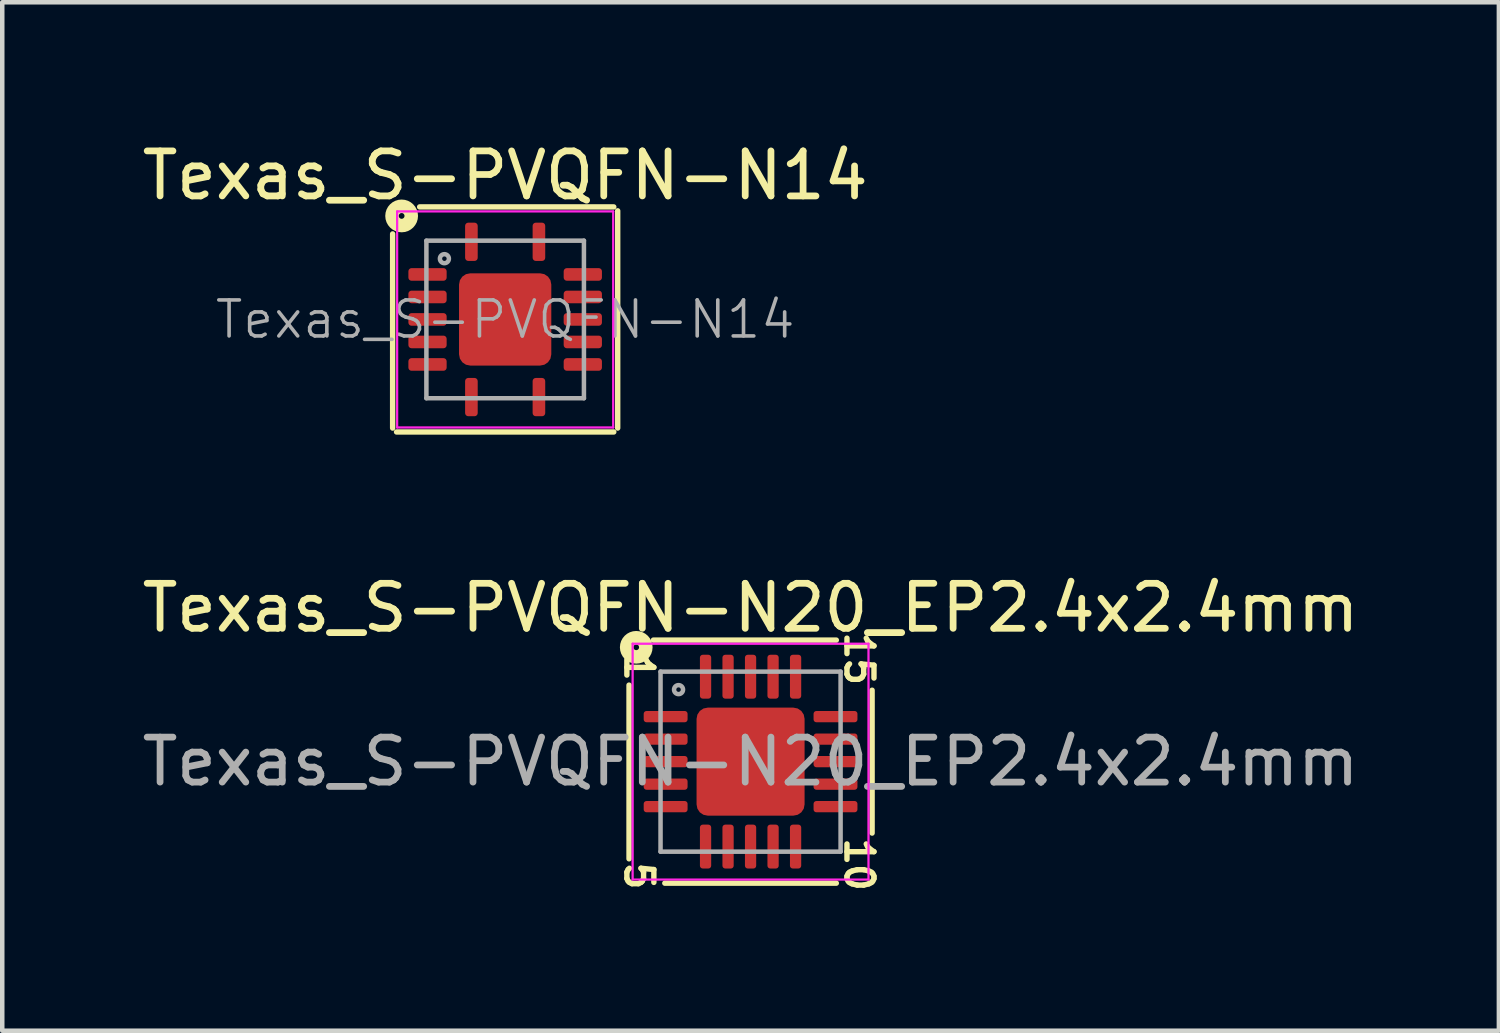
<source format=kicad_pcb>
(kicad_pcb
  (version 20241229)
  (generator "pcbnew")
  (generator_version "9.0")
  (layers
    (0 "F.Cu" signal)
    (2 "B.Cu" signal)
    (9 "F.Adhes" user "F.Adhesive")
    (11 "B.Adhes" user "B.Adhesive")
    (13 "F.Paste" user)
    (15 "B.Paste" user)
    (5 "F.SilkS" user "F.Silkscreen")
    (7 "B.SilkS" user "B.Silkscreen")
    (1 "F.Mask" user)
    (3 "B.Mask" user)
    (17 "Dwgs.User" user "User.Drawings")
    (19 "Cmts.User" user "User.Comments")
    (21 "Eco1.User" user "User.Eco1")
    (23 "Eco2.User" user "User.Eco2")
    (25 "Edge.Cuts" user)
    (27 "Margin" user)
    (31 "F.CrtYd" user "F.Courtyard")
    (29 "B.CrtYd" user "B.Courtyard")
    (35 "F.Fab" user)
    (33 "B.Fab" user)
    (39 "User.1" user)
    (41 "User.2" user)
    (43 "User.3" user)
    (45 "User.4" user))
  (footprint "Texas_S-PVQFN-N20_EP2.4x2.4mm"
    (layer "F.Cu")
    (at 13.625 13.871)
    (property "Reference" "Texas_S-PVQFN-N20_EP2.4x2.4mm" (at 0 -3.417 0) (layer "F.SilkS") (effects (font (size 1 1) (thickness 0.15))))
    (attr smd)
    (fp_line (start -2.7 -1.7) (end -2.7 2.159) (stroke (width 0.12) (type solid)) (layer "F.SilkS"))
    (fp_line (start -1.905 2.7) (end 1.905 2.7) (stroke (width 0.12) (type solid)) (layer "F.SilkS"))
    (fp_line (start 1.905 -2.7) (end -2.159 -2.7) (stroke (width 0.12) (type solid)) (layer "F.SilkS"))
    (fp_line (start 2.7 1.587) (end 2.7 -1.587) (stroke (width 0.12) (type solid)) (layer "F.SilkS"))
    (fp_circle (center -2.54 -2.54) (end -2.477 -2.54) (stroke (width 0.3) (type solid)) (fill no) (layer "F.SilkS"))
    (fp_line (start -2.62 -2.62) (end -2.62 2.62) (stroke (width 0.05) (type solid)) (layer "F.CrtYd"))
    (fp_line (start -2.62 2.62) (end 2.62 2.62) (stroke (width 0.05) (type solid)) (layer "F.CrtYd"))
    (fp_line (start 2.62 -2.62) (end -2.62 -2.62) (stroke (width 0.05) (type solid)) (layer "F.CrtYd"))
    (fp_line (start 2.62 2.62) (end 2.62 -2.62) (stroke (width 0.05) (type solid)) (layer "F.CrtYd"))
    (fp_line (start -2 -2) (end 2 -2) (stroke (width 0.1) (type solid)) (layer "F.Fab"))
    (fp_line (start -2 2) (end -2 -2) (stroke (width 0.1) (type solid)) (layer "F.Fab"))
    (fp_line (start 2 -2) (end 2 2) (stroke (width 0.1) (type solid)) (layer "F.Fab"))
    (fp_line (start 2 2) (end -2 2) (stroke (width 0.1) (type solid)) (layer "F.Fab"))
    (fp_circle (center -1.6 -1.6) (end -1.5 -1.6) (stroke (width 0.1) (type solid)) (fill no) (layer "F.Fab"))
    (fp_text user "5" (at -2.477 2.54 270) (unlocked yes) (layer "F.SilkS") (effects (font (size 0.6 0.6) (thickness 0.12))))
    (fp_text user "15" (at 2.413 -2.286 270) (unlocked yes) (layer "F.SilkS") (effects (font (size 0.6 0.6) (thickness 0.12))))
    (fp_text user "10" (at 2.413 2.286 270) (unlocked yes) (layer "F.SilkS") (effects (font (size 0.6 0.6) (thickness 0.12))))
    (fp_text user "1" (at -2.477 -2.095 270) (unlocked yes) (layer "F.SilkS") (effects (font (size 0.6 0.6) (thickness 0.12))))
    (fp_text user "${REFERENCE}" (at 0 0 0) (layer "F.Fab") (effects (font (size 1 1) (thickness 0.15))))
    (pad "" smd roundrect (at -0.6 -0.6) (size 0.97 0.97) (layers "F.Paste") (roundrect_rratio 0.25))
    (pad "" smd roundrect (at -0.6 0.6) (size 0.97 0.97) (layers "F.Paste") (roundrect_rratio 0.25))
    (pad "" smd roundrect (at 0.6 -0.6) (size 0.97 0.97) (layers "F.Paste") (roundrect_rratio 0.25))
    (pad "" smd roundrect (at 0.6 0.6) (size 0.97 0.97) (layers "F.Paste") (roundrect_rratio 0.25))
    (pad "1" smd roundrect (at -1.887 -1) (size 0.975 0.25) (layers "F.Cu" "F.Mask" "F.Paste") (roundrect_rratio 0.25))
    (pad "2" smd roundrect (at -1.887 -0.5) (size 0.975 0.25) (layers "F.Cu" "F.Mask" "F.Paste") (roundrect_rratio 0.25))
    (pad "3" smd roundrect (at -1.887 0) (size 0.975 0.25) (layers "F.Cu" "F.Mask" "F.Paste") (roundrect_rratio 0.25))
    (pad "4" smd roundrect (at -1.887 0.5) (size 0.975 0.25) (layers "F.Cu" "F.Mask" "F.Paste") (roundrect_rratio 0.25))
    (pad "5" smd roundrect (at -1.887 1) (size 0.975 0.25) (layers "F.Cu" "F.Mask" "F.Paste") (roundrect_rratio 0.25))
    (pad "6" smd roundrect (at -1 1.887) (size 0.25 0.975) (layers "F.Cu" "F.Mask" "F.Paste") (roundrect_rratio 0.25))
    (pad "7" smd roundrect (at -0.5 1.887) (size 0.25 0.975) (layers "F.Cu" "F.Mask" "F.Paste") (roundrect_rratio 0.25))
    (pad "8" smd roundrect (at 0 1.887) (size 0.25 0.975) (layers "F.Cu" "F.Mask" "F.Paste") (roundrect_rratio 0.25))
    (pad "9" smd roundrect (at 0.5 1.887) (size 0.25 0.975) (layers "F.Cu" "F.Mask" "F.Paste") (roundrect_rratio 0.25))
    (pad "10" smd roundrect (at 1 1.887) (size 0.25 0.975) (layers "F.Cu" "F.Mask" "F.Paste") (roundrect_rratio 0.25))
    (pad "11" smd roundrect (at 1.887 1) (size 0.975 0.25) (layers "F.Cu" "F.Mask" "F.Paste") (roundrect_rratio 0.25))
    (pad "12" smd roundrect (at 1.887 0.5) (size 0.975 0.25) (layers "F.Cu" "F.Mask" "F.Paste") (roundrect_rratio 0.25))
    (pad "13" smd roundrect (at 1.887 0) (size 0.975 0.25) (layers "F.Cu" "F.Mask" "F.Paste") (roundrect_rratio 0.25))
    (pad "14" smd roundrect (at 1.887 -0.5) (size 0.975 0.25) (layers "F.Cu" "F.Mask" "F.Paste") (roundrect_rratio 0.25))
    (pad "15" smd roundrect (at 1.887 -1) (size 0.975 0.25) (layers "F.Cu" "F.Mask" "F.Paste") (roundrect_rratio 0.25))
    (pad "16" smd roundrect (at 1 -1.887) (size 0.25 0.975) (layers "F.Cu" "F.Mask" "F.Paste") (roundrect_rratio 0.25))
    (pad "17" smd roundrect (at 0.5 -1.887) (size 0.25 0.975) (layers "F.Cu" "F.Mask" "F.Paste") (roundrect_rratio 0.25))
    (pad "18" smd roundrect (at 0 -1.887) (size 0.25 0.975) (layers "F.Cu" "F.Mask" "F.Paste") (roundrect_rratio 0.25))
    (pad "19" smd roundrect (at -0.5 -1.887) (size 0.25 0.975) (layers "F.Cu" "F.Mask" "F.Paste") (roundrect_rratio 0.25))
    (pad "20" smd roundrect (at -1 -1.887) (size 0.25 0.975) (layers "F.Cu" "F.Mask" "F.Paste") (roundrect_rratio 0.25))
    (pad "21" smd roundrect (at 0 0) (size 2.4 2.4) (layers "F.Cu" "F.Mask") (roundrect_rratio 0.104)))
  (footprint "Texas_S-PVQFN-N14"
    (layer "F.Cu")
    (at 8.173 4.047)
    (property "Reference" "Texas_S-PVQFN-N14" (at 0 -3.199 0) (layer "F.SilkS") (effects (font (size 1 1) (thickness 0.15))))
    (attr smd)
    (fp_line (start -2.5 -1.9) (end -2.5 2.413) (stroke (width 0.12) (type solid)) (layer "F.SilkS"))
    (fp_line (start -2.413 2.5) (end 2.413 2.5) (stroke (width 0.12) (type solid)) (layer "F.SilkS"))
    (fp_line (start 2.413 -2.5) (end -1.9 -2.5) (stroke (width 0.12) (type solid)) (layer "F.SilkS"))
    (fp_line (start 2.5 2.413) (end 2.5 -2.413) (stroke (width 0.12) (type solid)) (layer "F.SilkS"))
    (fp_circle (center -2.3 -2.3) (end -2.236 -2.3) (stroke (width 0.3) (type solid)) (fill no) (layer "F.SilkS"))
    (fp_line (start -2.4 -2.4) (end 2.4 -2.4) (stroke (width 0.05) (type solid)) (layer "F.CrtYd"))
    (fp_line (start -2.4 2.4) (end -2.4 -2.4) (stroke (width 0.05) (type solid)) (layer "F.CrtYd"))
    (fp_line (start 2.4 -2.4) (end 2.4 2.4) (stroke (width 0.05) (type solid)) (layer "F.CrtYd"))
    (fp_line (start 2.4 2.4) (end -2.4 2.4) (stroke (width 0.05) (type solid)) (layer "F.CrtYd"))
    (fp_line (start -1.75 -1.75) (end 1.75 -1.75) (stroke (width 0.1) (type solid)) (layer "F.Fab"))
    (fp_line (start -1.75 1.75) (end -1.75 -1.75) (stroke (width 0.1) (type solid)) (layer "F.Fab"))
    (fp_line (start 1.75 -1.75) (end 1.75 1.75) (stroke (width 0.1) (type solid)) (layer "F.Fab"))
    (fp_line (start 1.75 1.75) (end -1.75 1.75) (stroke (width 0.1) (type solid)) (layer "F.Fab"))
    (fp_circle (center -1.35 -1.35) (end -1.25 -1.35) (stroke (width 0.1) (type solid)) (fill no) (layer "F.Fab"))
    (fp_text user "${REFERENCE}" (at 0 0 0) (layer "F.Fab") (effects (font (size 0.8 0.8) (thickness 0.08))))
    (pad "" smd roundrect (at -0.56 -0.56 270) (size 0.82 0.82) (layers "F.Paste") (roundrect_rratio 0.25))
    (pad "" smd roundrect (at -0.56 0.56) (size 0.82 0.82) (layers "F.Paste") (roundrect_rratio 0.25))
    (pad "" smd roundrect (at 0.56 -0.56 270) (size 0.82 0.82) (layers "F.Paste") (roundrect_rratio 0.25))
    (pad "" smd roundrect (at 0.56 0.56 270) (size 0.82 0.82) (layers "F.Paste") (roundrect_rratio 0.25))
    (pad "1" smd roundrect (at -0.75 -1.725 270) (size 0.85 0.28) (layers "F.Cu" "F.Mask" "F.Paste") (roundrect_rratio 0.25))
    (pad "2" smd roundrect (at -1.725 -1 270) (size 0.28 0.85) (layers "F.Cu" "F.Mask" "F.Paste") (roundrect_rratio 0.25))
    (pad "3" smd roundrect (at -1.725 -0.5 270) (size 0.28 0.85) (layers "F.Cu" "F.Mask" "F.Paste") (roundrect_rratio 0.25))
    (pad "4" smd roundrect (at -1.725 0 270) (size 0.28 0.85) (layers "F.Cu" "F.Mask" "F.Paste") (roundrect_rratio 0.25))
    (pad "5" smd roundrect (at -1.725 0.5 270) (size 0.28 0.85) (layers "F.Cu" "F.Mask" "F.Paste") (roundrect_rratio 0.25))
    (pad "6" smd roundrect (at -1.725 1 270) (size 0.28 0.85) (layers "F.Cu" "F.Mask" "F.Paste") (roundrect_rratio 0.25))
    (pad "7" smd roundrect (at -0.75 1.725 270) (size 0.85 0.28) (layers "F.Cu" "F.Mask" "F.Paste") (roundrect_rratio 0.25))
    (pad "8" smd roundrect (at 0.75 1.725 270) (size 0.85 0.28) (layers "F.Cu" "F.Mask" "F.Paste") (roundrect_rratio 0.25))
    (pad "9" smd roundrect (at 1.725 1 270) (size 0.28 0.85) (layers "F.Cu" "F.Mask" "F.Paste") (roundrect_rratio 0.25))
    (pad "10" smd roundrect (at 1.725 0.5 270) (size 0.28 0.85) (layers "F.Cu" "F.Mask" "F.Paste") (roundrect_rratio 0.25))
    (pad "11" smd roundrect (at 1.725 0 270) (size 0.28 0.85) (layers "F.Cu" "F.Mask" "F.Paste") (roundrect_rratio 0.25))
    (pad "12" smd roundrect (at 1.725 -0.5 270) (size 0.28 0.85) (layers "F.Cu" "F.Mask" "F.Paste") (roundrect_rratio 0.25))
    (pad "13" smd roundrect (at 1.725 -1 270) (size 0.28 0.85) (layers "F.Cu" "F.Mask" "F.Paste") (roundrect_rratio 0.25))
    (pad "14" smd roundrect (at 0.75 -1.725 270) (size 0.85 0.28) (layers "F.Cu" "F.Mask" "F.Paste") (roundrect_rratio 0.25))
    (pad "15" smd roundrect (at 0 0 270) (size 2.05 2.05) (layers "F.Cu" "F.Mask") (roundrect_rratio 0.122)))
  (gr_rect
    (start -3 -3)
    (end 30.25 19.849)
    (stroke (width 0.1) (type default))
    (fill no)
    (layer "Edge.Cuts")))
</source>
